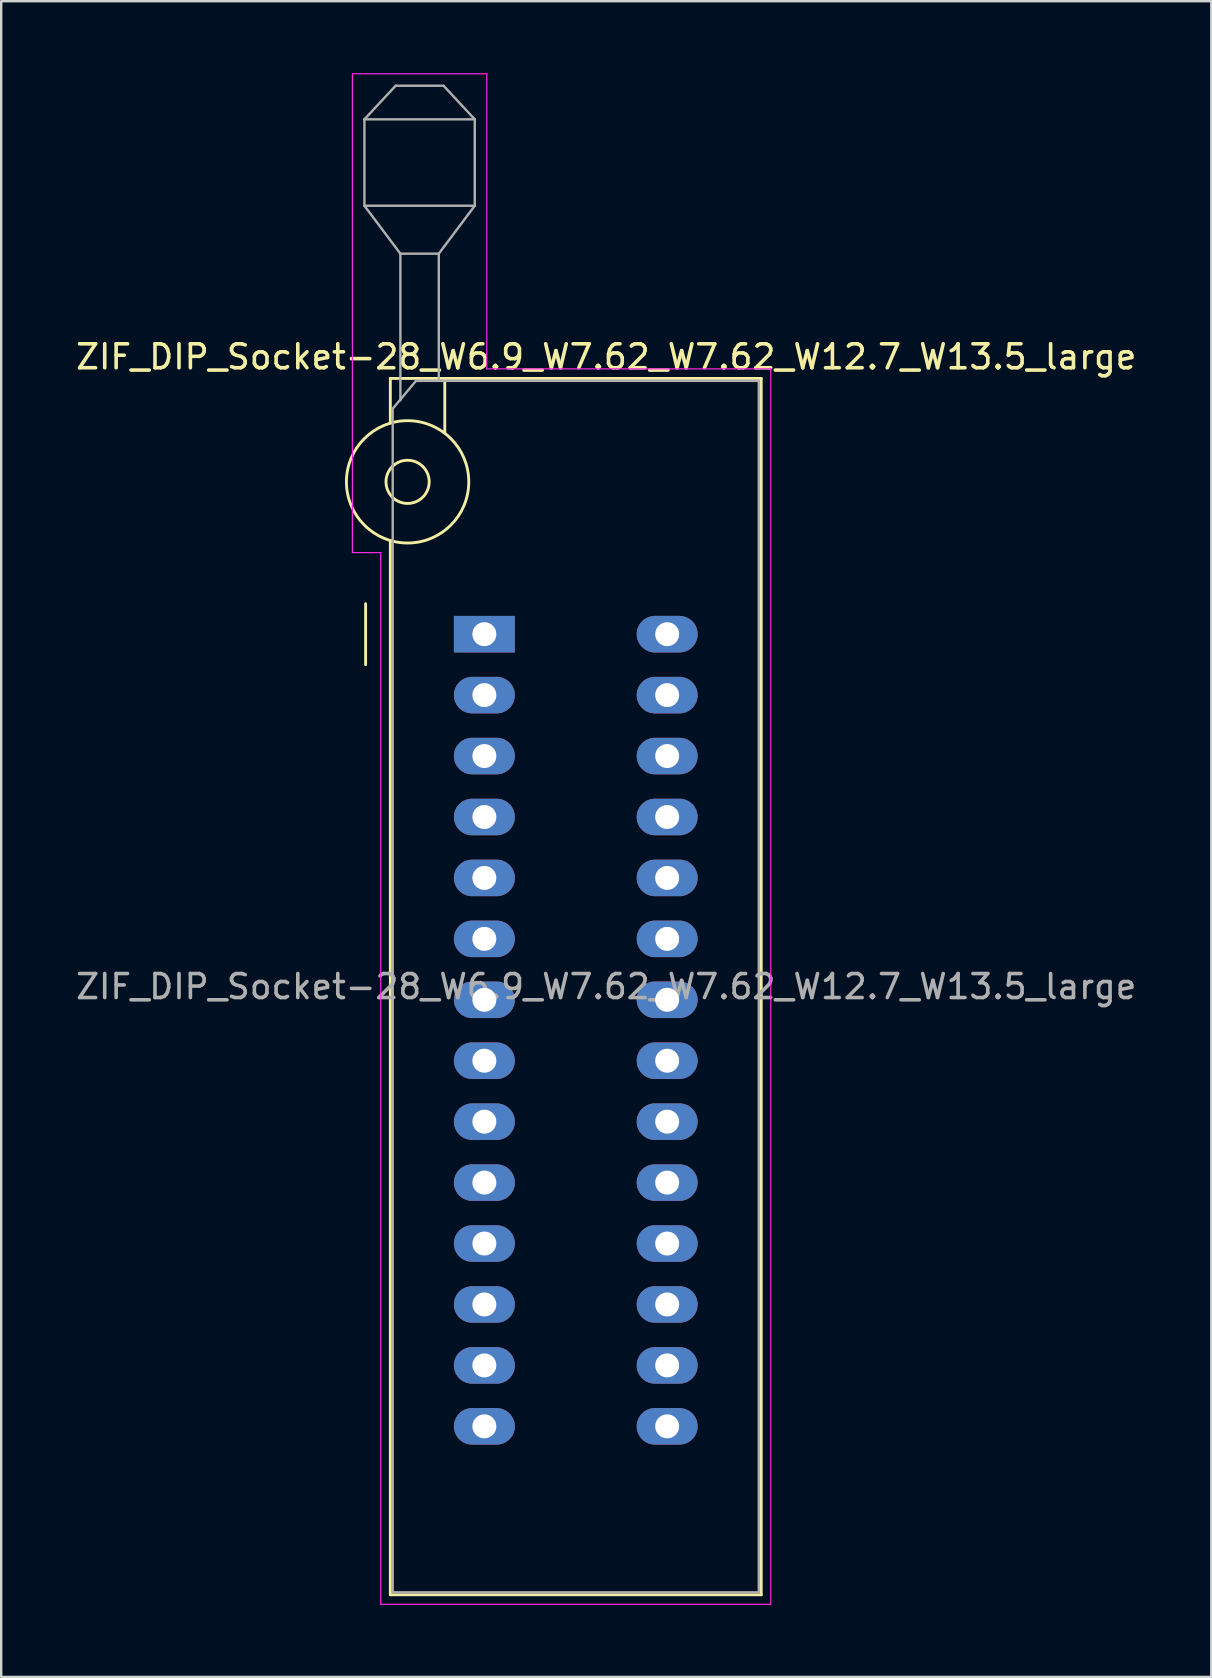
<source format=kicad_pcb>
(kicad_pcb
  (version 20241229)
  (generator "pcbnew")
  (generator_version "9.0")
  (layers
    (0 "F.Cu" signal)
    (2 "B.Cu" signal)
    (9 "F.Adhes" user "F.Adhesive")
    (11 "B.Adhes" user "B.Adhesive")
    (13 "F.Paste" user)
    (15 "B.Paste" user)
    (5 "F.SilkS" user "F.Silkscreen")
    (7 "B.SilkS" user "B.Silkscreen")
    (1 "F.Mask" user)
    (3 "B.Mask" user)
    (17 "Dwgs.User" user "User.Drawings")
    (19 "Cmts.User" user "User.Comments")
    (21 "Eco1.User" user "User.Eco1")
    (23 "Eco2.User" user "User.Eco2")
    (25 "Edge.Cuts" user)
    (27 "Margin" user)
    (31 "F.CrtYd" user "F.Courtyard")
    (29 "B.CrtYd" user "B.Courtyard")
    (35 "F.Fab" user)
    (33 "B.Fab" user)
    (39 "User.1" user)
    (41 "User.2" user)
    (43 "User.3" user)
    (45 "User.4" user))
  (footprint "ZIF_DIP_Socket-28_W6.9_W7.62_W7.62_W12.7_W13.5_large"
    (layer "F.Cu")
    (at 17.14 23.385)
    (property "Reference" "ZIF_DIP_Socket-28_W6.9_W7.62_W7.62_W12.7_W13.5_large" (at 5.08 -11.56 0) (layer "F.SilkS") (effects (font (size 1 1) (thickness 0.15))))
    (attr through_hole)
    (fp_line (start -4.95 1.27) (end -4.95 -1.27) (stroke (width 0.12) (type solid)) (layer "F.SilkS"))
    (fp_line (start -3.92 -10.66) (end -3.92 -8.8) (stroke (width 0.12) (type solid)) (layer "F.SilkS"))
    (fp_line (start -3.92 -3.9) (end -3.92 40.04) (stroke (width 0.12) (type solid)) (layer "F.SilkS"))
    (fp_line (start -3.92 40.04) (end 11.54 40.04) (stroke (width 0.12) (type solid)) (layer "F.SilkS"))
    (fp_line (start -1.65 -10.66) (end -1.65 -8.4) (stroke (width 0.12) (type solid)) (layer "F.SilkS"))
    (fp_line (start 11.54 -10.66) (end -3.92 -10.66) (stroke (width 0.12) (type solid)) (layer "F.SilkS"))
    (fp_line (start 11.54 40.04) (end 11.54 -10.66) (stroke (width 0.12) (type solid)) (layer "F.SilkS"))
    (fp_circle (center -3.2 -6.35) (end -2.3 -6.35) (stroke (width 0.12) (type solid)) (fill no) (layer "F.SilkS"))
    (fp_circle (center -3.2 -6.35) (end -0.65 -6.35) (stroke (width 0.12) (type solid)) (fill no) (layer "F.SilkS"))
    (fp_line (start -5.5 -23.36) (end 0.1 -23.36) (stroke (width 0.05) (type solid)) (layer "F.CrtYd"))
    (fp_line (start -5.5 -3.4) (end -5.5 -23.36) (stroke (width 0.05) (type solid)) (layer "F.CrtYd"))
    (fp_line (start -4.32 -3.4) (end -5.5 -3.4) (stroke (width 0.05) (type solid)) (layer "F.CrtYd"))
    (fp_line (start -4.32 40.44) (end -4.32 -3.4) (stroke (width 0.05) (type solid)) (layer "F.CrtYd"))
    (fp_line (start 0.1 -23.36) (end 0.1 -11.06) (stroke (width 0.05) (type solid)) (layer "F.CrtYd"))
    (fp_line (start 0.1 -11.06) (end 11.94 -11.06) (stroke (width 0.05) (type solid)) (layer "F.CrtYd"))
    (fp_line (start 11.94 -11.06) (end 11.94 40.44) (stroke (width 0.05) (type solid)) (layer "F.CrtYd"))
    (fp_line (start 11.94 40.44) (end -4.32 40.44) (stroke (width 0.05) (type solid)) (layer "F.CrtYd"))
    (fp_line (start -5 -21.46) (end -5 -17.86) (stroke (width 0.1) (type solid)) (layer "F.Fab"))
    (fp_line (start -5 -21.46) (end -3.7 -22.86) (stroke (width 0.1) (type solid)) (layer "F.Fab"))
    (fp_line (start -5 -17.86) (end -3.5 -15.86) (stroke (width 0.1) (type solid)) (layer "F.Fab"))
    (fp_line (start -5 -17.86) (end -0.4 -17.86) (stroke (width 0.1) (type solid)) (layer "F.Fab"))
    (fp_line (start -3.82 -9.4) (end -2.85 -10.56) (stroke (width 0.1) (type solid)) (layer "F.Fab"))
    (fp_line (start -3.82 39.94) (end -3.82 -9.4) (stroke (width 0.1) (type solid)) (layer "F.Fab"))
    (fp_line (start -3.7 -22.86) (end -1.7 -22.86) (stroke (width 0.1) (type solid)) (layer "F.Fab"))
    (fp_line (start -3.5 -15.86) (end -1.9 -15.86) (stroke (width 0.1) (type solid)) (layer "F.Fab"))
    (fp_line (start -3.5 -9.75) (end -3.5 -15.86) (stroke (width 0.1) (type solid)) (layer "F.Fab"))
    (fp_line (start -2.85 -10.56) (end 11.44 -10.56) (stroke (width 0.1) (type solid)) (layer "F.Fab"))
    (fp_line (start -1.9 -15.86) (end -1.9 -10.56) (stroke (width 0.1) (type solid)) (layer "F.Fab"))
    (fp_line (start -1.7 -22.86) (end -0.4 -21.46) (stroke (width 0.1) (type solid)) (layer "F.Fab"))
    (fp_line (start -0.4 -21.46) (end -5 -21.46) (stroke (width 0.1) (type solid)) (layer "F.Fab"))
    (fp_line (start -0.4 -17.86) (end -1.9 -15.86) (stroke (width 0.1) (type solid)) (layer "F.Fab"))
    (fp_line (start -0.4 -17.86) (end -0.4 -21.46) (stroke (width 0.1) (type solid)) (layer "F.Fab"))
    (fp_line (start 11.44 -10.56) (end 11.44 39.94) (stroke (width 0.1) (type solid)) (layer "F.Fab"))
    (fp_line (start 11.44 39.94) (end -3.82 39.94) (stroke (width 0.1) (type solid)) (layer "F.Fab"))
    (fp_text user "${REFERENCE}" (at 5.08 14.69 0) (layer "F.Fab") (effects (font (size 1 1) (thickness 0.15))))
    (pad "1" thru_hole rect (at 0 0) (size 2.54 1.524) (drill 1) (layers "*.Cu" "*.Mask"))
    (pad "2" thru_hole oval (at 0 2.54) (size 2.54 1.524) (drill 1) (layers "*.Cu" "*.Mask"))
    (pad "3" thru_hole oval (at 0 5.08) (size 2.54 1.524) (drill 1) (layers "*.Cu" "*.Mask"))
    (pad "4" thru_hole oval (at 0 7.62) (size 2.54 1.524) (drill 1) (layers "*.Cu" "*.Mask"))
    (pad "5" thru_hole oval (at 0 10.16) (size 2.54 1.524) (drill 1) (layers "*.Cu" "*.Mask"))
    (pad "6" thru_hole oval (at 0 12.7) (size 2.54 1.524) (drill 1) (layers "*.Cu" "*.Mask"))
    (pad "7" thru_hole oval (at 0 15.24) (size 2.54 1.524) (drill 1) (layers "*.Cu" "*.Mask"))
    (pad "8" thru_hole oval (at 0 17.78) (size 2.54 1.524) (drill 1) (layers "*.Cu" "*.Mask"))
    (pad "9" thru_hole oval (at 0 20.32) (size 2.54 1.524) (drill 1) (layers "*.Cu" "*.Mask"))
    (pad "10" thru_hole oval (at 0 22.86) (size 2.54 1.524) (drill 1) (layers "*.Cu" "*.Mask"))
    (pad "11" thru_hole oval (at 0 25.4) (size 2.54 1.524) (drill 1) (layers "*.Cu" "*.Mask"))
    (pad "12" thru_hole oval (at 0 27.94) (size 2.54 1.524) (drill 1) (layers "*.Cu" "*.Mask"))
    (pad "13" thru_hole oval (at 0 30.48) (size 2.54 1.524) (drill 1) (layers "*.Cu" "*.Mask"))
    (pad "14" thru_hole oval (at 0 33.02) (size 2.54 1.524) (drill 1) (layers "*.Cu" "*.Mask"))
    (pad "15" thru_hole oval (at 7.62 33.02) (size 2.54 1.524) (drill 1) (layers "*.Cu" "*.Mask"))
    (pad "16" thru_hole oval (at 7.62 30.48) (size 2.54 1.524) (drill 1) (layers "*.Cu" "*.Mask"))
    (pad "17" thru_hole oval (at 7.62 27.94) (size 2.54 1.524) (drill 1) (layers "*.Cu" "*.Mask"))
    (pad "18" thru_hole oval (at 7.62 25.4) (size 2.54 1.524) (drill 1) (layers "*.Cu" "*.Mask"))
    (pad "19" thru_hole oval (at 7.62 22.86) (size 2.54 1.524) (drill 1) (layers "*.Cu" "*.Mask"))
    (pad "20" thru_hole oval (at 7.62 20.32) (size 2.54 1.524) (drill 1) (layers "*.Cu" "*.Mask"))
    (pad "21" thru_hole oval (at 7.62 17.78) (size 2.54 1.524) (drill 1) (layers "*.Cu" "*.Mask"))
    (pad "22" thru_hole oval (at 7.62 15.24) (size 2.54 1.524) (drill 1) (layers "*.Cu" "*.Mask"))
    (pad "23" thru_hole oval (at 7.62 12.7) (size 2.54 1.524) (drill 1) (layers "*.Cu" "*.Mask"))
    (pad "24" thru_hole oval (at 7.62 10.16) (size 2.54 1.524) (drill 1) (layers "*.Cu" "*.Mask"))
    (pad "25" thru_hole oval (at 7.62 7.62) (size 2.54 1.524) (drill 1) (layers "*.Cu" "*.Mask"))
    (pad "26" thru_hole oval (at 7.62 5.08) (size 2.54 1.524) (drill 1) (layers "*.Cu" "*.Mask"))
    (pad "27" thru_hole oval (at 7.62 2.54) (size 2.54 1.524) (drill 1) (layers "*.Cu" "*.Mask"))
    (pad "28" thru_hole oval (at 7.62 0) (size 2.54 1.524) (drill 1) (layers "*.Cu" "*.Mask")))
  (gr_rect
    (start -3 -3)
    (end 47.44 66.85)
    (stroke (width 0.1) (type default))
    (fill no)
    (layer "Edge.Cuts")))
</source>
